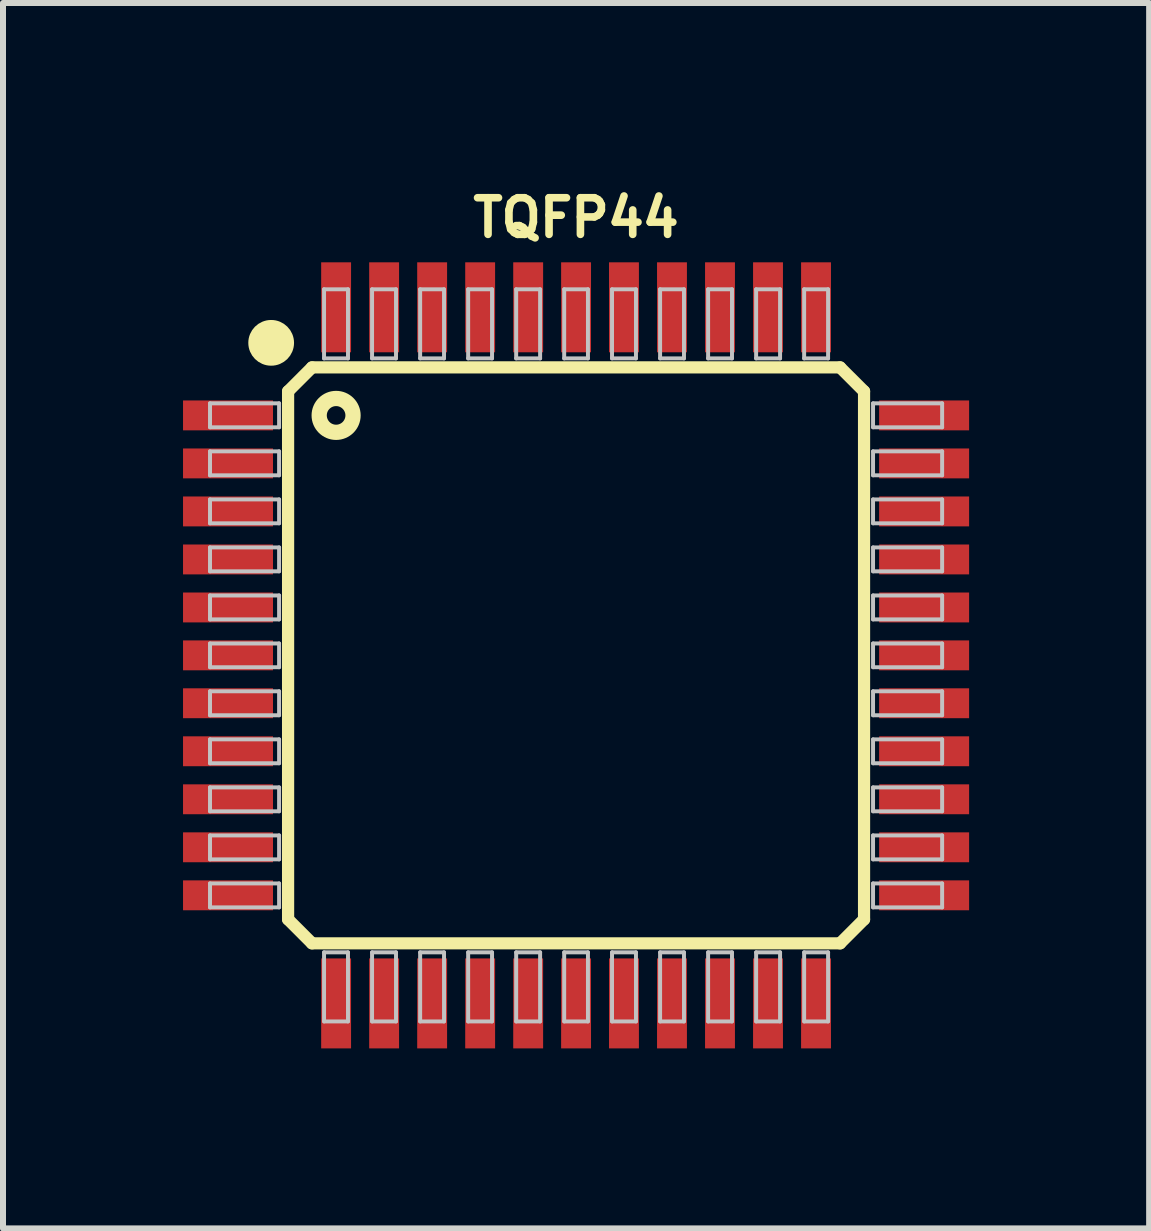
<source format=kicad_pcb>
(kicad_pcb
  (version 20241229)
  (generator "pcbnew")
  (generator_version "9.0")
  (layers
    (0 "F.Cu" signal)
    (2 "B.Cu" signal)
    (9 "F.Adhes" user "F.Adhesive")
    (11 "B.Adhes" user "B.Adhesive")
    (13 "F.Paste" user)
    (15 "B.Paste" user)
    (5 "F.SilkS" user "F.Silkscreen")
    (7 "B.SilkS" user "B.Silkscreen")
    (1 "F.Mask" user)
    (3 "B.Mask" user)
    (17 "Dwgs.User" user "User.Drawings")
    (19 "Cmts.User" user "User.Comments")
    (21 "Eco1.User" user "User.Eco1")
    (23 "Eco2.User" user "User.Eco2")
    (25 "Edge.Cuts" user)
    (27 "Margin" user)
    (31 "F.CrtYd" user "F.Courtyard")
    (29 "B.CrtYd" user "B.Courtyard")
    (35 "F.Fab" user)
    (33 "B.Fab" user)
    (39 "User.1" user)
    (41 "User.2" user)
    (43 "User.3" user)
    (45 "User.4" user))
  (footprint "TQFP44"
    (layer "F.Cu")
    (at 6.548 7.869)
    (property "Reference" "TQFP44" (at 0 -7.29 0) (layer "F.SilkS") (effects (font (size 0.61 0.61) (thickness 0.127))))
    (attr smd)
    (fp_line (start -4.798 -4.399) (end -4.399 -4.798) (stroke (width 0.203) (type solid)) (layer "F.SilkS"))
    (fp_line (start -4.798 4.399) (end -4.798 -4.399) (stroke (width 0.203) (type solid)) (layer "F.SilkS"))
    (fp_line (start -4.399 -4.798) (end 4.399 -4.798) (stroke (width 0.203) (type solid)) (layer "F.SilkS"))
    (fp_line (start -4.399 4.798) (end -4.798 4.399) (stroke (width 0.203) (type solid)) (layer "F.SilkS"))
    (fp_line (start 4.399 -4.798) (end 4.798 -4.399) (stroke (width 0.203) (type solid)) (layer "F.SilkS"))
    (fp_line (start 4.399 4.798) (end -4.399 4.798) (stroke (width 0.203) (type solid)) (layer "F.SilkS"))
    (fp_line (start 4.798 -4.399) (end 4.798 4.399) (stroke (width 0.203) (type solid)) (layer "F.SilkS"))
    (fp_line (start 4.798 4.399) (end 4.399 4.798) (stroke (width 0.203) (type solid)) (layer "F.SilkS"))
    (fp_circle (center -5.08 -5.207) (end -4.953 -5.207) (stroke (width 0.254) (type solid)) (fill no) (layer "F.SilkS"))
    (fp_circle (center -5.08 -5.207) (end -4.826 -5.207) (stroke (width 0.254) (type solid)) (fill no) (layer "F.SilkS"))
    (fp_circle (center -3.998 -3.998) (end -3.998 -4.28) (stroke (width 0.254) (type solid)) (fill no) (layer "F.SilkS"))
    (fp_line (start -6.099 -4.199) (end -4.948 -4.199) (stroke (width 0.066) (type solid)) (layer "Dwgs.User"))
    (fp_line (start -6.099 -3.8) (end -6.099 -4.199) (stroke (width 0.066) (type solid)) (layer "Dwgs.User"))
    (fp_line (start -6.099 -3.8) (end -4.948 -3.8) (stroke (width 0.066) (type solid)) (layer "Dwgs.User"))
    (fp_line (start -6.099 -3.399) (end -4.948 -3.399) (stroke (width 0.066) (type solid)) (layer "Dwgs.User"))
    (fp_line (start -6.099 -3) (end -6.099 -3.399) (stroke (width 0.066) (type solid)) (layer "Dwgs.User"))
    (fp_line (start -6.099 -3) (end -4.948 -3) (stroke (width 0.066) (type solid)) (layer "Dwgs.User"))
    (fp_line (start -6.099 -2.598) (end -4.948 -2.598) (stroke (width 0.066) (type solid)) (layer "Dwgs.User"))
    (fp_line (start -6.099 -2.2) (end -6.099 -2.598) (stroke (width 0.066) (type solid)) (layer "Dwgs.User"))
    (fp_line (start -6.099 -2.2) (end -4.948 -2.2) (stroke (width 0.066) (type solid)) (layer "Dwgs.User"))
    (fp_line (start -6.099 -1.798) (end -4.948 -1.798) (stroke (width 0.066) (type solid)) (layer "Dwgs.User"))
    (fp_line (start -6.099 -1.4) (end -6.099 -1.798) (stroke (width 0.066) (type solid)) (layer "Dwgs.User"))
    (fp_line (start -6.099 -1.4) (end -4.948 -1.4) (stroke (width 0.066) (type solid)) (layer "Dwgs.User"))
    (fp_line (start -6.099 -0.998) (end -4.948 -0.998) (stroke (width 0.066) (type solid)) (layer "Dwgs.User"))
    (fp_line (start -6.099 -0.599) (end -6.099 -0.998) (stroke (width 0.066) (type solid)) (layer "Dwgs.User"))
    (fp_line (start -6.099 -0.599) (end -4.948 -0.599) (stroke (width 0.066) (type solid)) (layer "Dwgs.User"))
    (fp_line (start -6.099 -0.198) (end -4.948 -0.198) (stroke (width 0.066) (type solid)) (layer "Dwgs.User"))
    (fp_line (start -6.099 0.198) (end -6.099 -0.198) (stroke (width 0.066) (type solid)) (layer "Dwgs.User"))
    (fp_line (start -6.099 0.198) (end -4.948 0.198) (stroke (width 0.066) (type solid)) (layer "Dwgs.User"))
    (fp_line (start -6.099 0.599) (end -4.948 0.599) (stroke (width 0.066) (type solid)) (layer "Dwgs.User"))
    (fp_line (start -6.099 0.998) (end -6.099 0.599) (stroke (width 0.066) (type solid)) (layer "Dwgs.User"))
    (fp_line (start -6.099 0.998) (end -4.948 0.998) (stroke (width 0.066) (type solid)) (layer "Dwgs.User"))
    (fp_line (start -6.099 1.4) (end -4.948 1.4) (stroke (width 0.066) (type solid)) (layer "Dwgs.User"))
    (fp_line (start -6.099 1.798) (end -6.099 1.4) (stroke (width 0.066) (type solid)) (layer "Dwgs.User"))
    (fp_line (start -6.099 1.798) (end -4.948 1.798) (stroke (width 0.066) (type solid)) (layer "Dwgs.User"))
    (fp_line (start -6.099 2.2) (end -4.948 2.2) (stroke (width 0.066) (type solid)) (layer "Dwgs.User"))
    (fp_line (start -6.099 2.598) (end -6.099 2.2) (stroke (width 0.066) (type solid)) (layer "Dwgs.User"))
    (fp_line (start -6.099 2.598) (end -4.948 2.598) (stroke (width 0.066) (type solid)) (layer "Dwgs.User"))
    (fp_line (start -6.099 3) (end -4.948 3) (stroke (width 0.066) (type solid)) (layer "Dwgs.User"))
    (fp_line (start -6.099 3.399) (end -6.099 3) (stroke (width 0.066) (type solid)) (layer "Dwgs.User"))
    (fp_line (start -6.099 3.399) (end -4.948 3.399) (stroke (width 0.066) (type solid)) (layer "Dwgs.User"))
    (fp_line (start -6.099 3.8) (end -4.948 3.8) (stroke (width 0.066) (type solid)) (layer "Dwgs.User"))
    (fp_line (start -6.099 4.199) (end -6.099 3.8) (stroke (width 0.066) (type solid)) (layer "Dwgs.User"))
    (fp_line (start -6.099 4.199) (end -4.948 4.199) (stroke (width 0.066) (type solid)) (layer "Dwgs.User"))
    (fp_line (start -4.948 -3.8) (end -4.948 -4.199) (stroke (width 0.066) (type solid)) (layer "Dwgs.User"))
    (fp_line (start -4.948 -3) (end -4.948 -3.399) (stroke (width 0.066) (type solid)) (layer "Dwgs.User"))
    (fp_line (start -4.948 -2.2) (end -4.948 -2.598) (stroke (width 0.066) (type solid)) (layer "Dwgs.User"))
    (fp_line (start -4.948 -1.4) (end -4.948 -1.798) (stroke (width 0.066) (type solid)) (layer "Dwgs.User"))
    (fp_line (start -4.948 -0.599) (end -4.948 -0.998) (stroke (width 0.066) (type solid)) (layer "Dwgs.User"))
    (fp_line (start -4.948 0.198) (end -4.948 -0.198) (stroke (width 0.066) (type solid)) (layer "Dwgs.User"))
    (fp_line (start -4.948 0.998) (end -4.948 0.599) (stroke (width 0.066) (type solid)) (layer "Dwgs.User"))
    (fp_line (start -4.948 1.798) (end -4.948 1.4) (stroke (width 0.066) (type solid)) (layer "Dwgs.User"))
    (fp_line (start -4.948 2.598) (end -4.948 2.2) (stroke (width 0.066) (type solid)) (layer "Dwgs.User"))
    (fp_line (start -4.948 3.399) (end -4.948 3) (stroke (width 0.066) (type solid)) (layer "Dwgs.User"))
    (fp_line (start -4.948 4.199) (end -4.948 3.8) (stroke (width 0.066) (type solid)) (layer "Dwgs.User"))
    (fp_line (start -4.199 -6.099) (end -3.8 -6.099) (stroke (width 0.066) (type solid)) (layer "Dwgs.User"))
    (fp_line (start -4.199 -4.948) (end -4.199 -6.099) (stroke (width 0.066) (type solid)) (layer "Dwgs.User"))
    (fp_line (start -4.199 -4.948) (end -3.8 -4.948) (stroke (width 0.066) (type solid)) (layer "Dwgs.User"))
    (fp_line (start -4.199 4.948) (end -3.8 4.948) (stroke (width 0.066) (type solid)) (layer "Dwgs.User"))
    (fp_line (start -4.199 6.099) (end -4.199 4.948) (stroke (width 0.066) (type solid)) (layer "Dwgs.User"))
    (fp_line (start -4.199 6.099) (end -3.8 6.099) (stroke (width 0.066) (type solid)) (layer "Dwgs.User"))
    (fp_line (start -3.8 -4.948) (end -3.8 -6.099) (stroke (width 0.066) (type solid)) (layer "Dwgs.User"))
    (fp_line (start -3.8 6.099) (end -3.8 4.948) (stroke (width 0.066) (type solid)) (layer "Dwgs.User"))
    (fp_line (start -3.399 -6.099) (end -3 -6.099) (stroke (width 0.066) (type solid)) (layer "Dwgs.User"))
    (fp_line (start -3.399 -4.948) (end -3.399 -6.099) (stroke (width 0.066) (type solid)) (layer "Dwgs.User"))
    (fp_line (start -3.399 -4.948) (end -3 -4.948) (stroke (width 0.066) (type solid)) (layer "Dwgs.User"))
    (fp_line (start -3.399 4.948) (end -3 4.948) (stroke (width 0.066) (type solid)) (layer "Dwgs.User"))
    (fp_line (start -3.399 6.099) (end -3.399 4.948) (stroke (width 0.066) (type solid)) (layer "Dwgs.User"))
    (fp_line (start -3.399 6.099) (end -3 6.099) (stroke (width 0.066) (type solid)) (layer "Dwgs.User"))
    (fp_line (start -3 -4.948) (end -3 -6.099) (stroke (width 0.066) (type solid)) (layer "Dwgs.User"))
    (fp_line (start -3 6.099) (end -3 4.948) (stroke (width 0.066) (type solid)) (layer "Dwgs.User"))
    (fp_line (start -2.598 -6.099) (end -2.2 -6.099) (stroke (width 0.066) (type solid)) (layer "Dwgs.User"))
    (fp_line (start -2.598 -4.948) (end -2.598 -6.099) (stroke (width 0.066) (type solid)) (layer "Dwgs.User"))
    (fp_line (start -2.598 -4.948) (end -2.2 -4.948) (stroke (width 0.066) (type solid)) (layer "Dwgs.User"))
    (fp_line (start -2.598 4.948) (end -2.2 4.948) (stroke (width 0.066) (type solid)) (layer "Dwgs.User"))
    (fp_line (start -2.598 6.099) (end -2.598 4.948) (stroke (width 0.066) (type solid)) (layer "Dwgs.User"))
    (fp_line (start -2.598 6.099) (end -2.2 6.099) (stroke (width 0.066) (type solid)) (layer "Dwgs.User"))
    (fp_line (start -2.2 -4.948) (end -2.2 -6.099) (stroke (width 0.066) (type solid)) (layer "Dwgs.User"))
    (fp_line (start -2.2 6.099) (end -2.2 4.948) (stroke (width 0.066) (type solid)) (layer "Dwgs.User"))
    (fp_line (start -1.798 -6.099) (end -1.4 -6.099) (stroke (width 0.066) (type solid)) (layer "Dwgs.User"))
    (fp_line (start -1.798 -4.948) (end -1.798 -6.099) (stroke (width 0.066) (type solid)) (layer "Dwgs.User"))
    (fp_line (start -1.798 -4.948) (end -1.4 -4.948) (stroke (width 0.066) (type solid)) (layer "Dwgs.User"))
    (fp_line (start -1.798 4.948) (end -1.4 4.948) (stroke (width 0.066) (type solid)) (layer "Dwgs.User"))
    (fp_line (start -1.798 6.099) (end -1.798 4.948) (stroke (width 0.066) (type solid)) (layer "Dwgs.User"))
    (fp_line (start -1.798 6.099) (end -1.4 6.099) (stroke (width 0.066) (type solid)) (layer "Dwgs.User"))
    (fp_line (start -1.4 -4.948) (end -1.4 -6.099) (stroke (width 0.066) (type solid)) (layer "Dwgs.User"))
    (fp_line (start -1.4 6.099) (end -1.4 4.948) (stroke (width 0.066) (type solid)) (layer "Dwgs.User"))
    (fp_line (start -0.998 -6.099) (end -0.599 -6.099) (stroke (width 0.066) (type solid)) (layer "Dwgs.User"))
    (fp_line (start -0.998 -4.948) (end -0.998 -6.099) (stroke (width 0.066) (type solid)) (layer "Dwgs.User"))
    (fp_line (start -0.998 -4.948) (end -0.599 -4.948) (stroke (width 0.066) (type solid)) (layer "Dwgs.User"))
    (fp_line (start -0.998 4.948) (end -0.599 4.948) (stroke (width 0.066) (type solid)) (layer "Dwgs.User"))
    (fp_line (start -0.998 6.099) (end -0.998 4.948) (stroke (width 0.066) (type solid)) (layer "Dwgs.User"))
    (fp_line (start -0.998 6.099) (end -0.599 6.099) (stroke (width 0.066) (type solid)) (layer "Dwgs.User"))
    (fp_line (start -0.599 -4.948) (end -0.599 -6.099) (stroke (width 0.066) (type solid)) (layer "Dwgs.User"))
    (fp_line (start -0.599 6.099) (end -0.599 4.948) (stroke (width 0.066) (type solid)) (layer "Dwgs.User"))
    (fp_line (start -0.198 -6.099) (end 0.198 -6.099) (stroke (width 0.066) (type solid)) (layer "Dwgs.User"))
    (fp_line (start -0.198 -4.948) (end -0.198 -6.099) (stroke (width 0.066) (type solid)) (layer "Dwgs.User"))
    (fp_line (start -0.198 -4.948) (end 0.198 -4.948) (stroke (width 0.066) (type solid)) (layer "Dwgs.User"))
    (fp_line (start -0.198 4.948) (end 0.198 4.948) (stroke (width 0.066) (type solid)) (layer "Dwgs.User"))
    (fp_line (start -0.198 6.099) (end -0.198 4.948) (stroke (width 0.066) (type solid)) (layer "Dwgs.User"))
    (fp_line (start -0.198 6.099) (end 0.198 6.099) (stroke (width 0.066) (type solid)) (layer "Dwgs.User"))
    (fp_line (start 0.198 -4.948) (end 0.198 -6.099) (stroke (width 0.066) (type solid)) (layer "Dwgs.User"))
    (fp_line (start 0.198 6.099) (end 0.198 4.948) (stroke (width 0.066) (type solid)) (layer "Dwgs.User"))
    (fp_line (start 0.599 -6.099) (end 0.998 -6.099) (stroke (width 0.066) (type solid)) (layer "Dwgs.User"))
    (fp_line (start 0.599 -4.948) (end 0.599 -6.099) (stroke (width 0.066) (type solid)) (layer "Dwgs.User"))
    (fp_line (start 0.599 -4.948) (end 0.998 -4.948) (stroke (width 0.066) (type solid)) (layer "Dwgs.User"))
    (fp_line (start 0.599 4.948) (end 0.998 4.948) (stroke (width 0.066) (type solid)) (layer "Dwgs.User"))
    (fp_line (start 0.599 6.099) (end 0.599 4.948) (stroke (width 0.066) (type solid)) (layer "Dwgs.User"))
    (fp_line (start 0.599 6.099) (end 0.998 6.099) (stroke (width 0.066) (type solid)) (layer "Dwgs.User"))
    (fp_line (start 0.998 -4.948) (end 0.998 -6.099) (stroke (width 0.066) (type solid)) (layer "Dwgs.User"))
    (fp_line (start 0.998 6.099) (end 0.998 4.948) (stroke (width 0.066) (type solid)) (layer "Dwgs.User"))
    (fp_line (start 1.4 -6.099) (end 1.798 -6.099) (stroke (width 0.066) (type solid)) (layer "Dwgs.User"))
    (fp_line (start 1.4 -4.948) (end 1.4 -6.099) (stroke (width 0.066) (type solid)) (layer "Dwgs.User"))
    (fp_line (start 1.4 -4.948) (end 1.798 -4.948) (stroke (width 0.066) (type solid)) (layer "Dwgs.User"))
    (fp_line (start 1.4 4.948) (end 1.798 4.948) (stroke (width 0.066) (type solid)) (layer "Dwgs.User"))
    (fp_line (start 1.4 6.099) (end 1.4 4.948) (stroke (width 0.066) (type solid)) (layer "Dwgs.User"))
    (fp_line (start 1.4 6.099) (end 1.798 6.099) (stroke (width 0.066) (type solid)) (layer "Dwgs.User"))
    (fp_line (start 1.798 -4.948) (end 1.798 -6.099) (stroke (width 0.066) (type solid)) (layer "Dwgs.User"))
    (fp_line (start 1.798 6.099) (end 1.798 4.948) (stroke (width 0.066) (type solid)) (layer "Dwgs.User"))
    (fp_line (start 2.2 -6.099) (end 2.598 -6.099) (stroke (width 0.066) (type solid)) (layer "Dwgs.User"))
    (fp_line (start 2.2 -4.948) (end 2.2 -6.099) (stroke (width 0.066) (type solid)) (layer "Dwgs.User"))
    (fp_line (start 2.2 -4.948) (end 2.598 -4.948) (stroke (width 0.066) (type solid)) (layer "Dwgs.User"))
    (fp_line (start 2.2 4.948) (end 2.598 4.948) (stroke (width 0.066) (type solid)) (layer "Dwgs.User"))
    (fp_line (start 2.2 6.099) (end 2.2 4.948) (stroke (width 0.066) (type solid)) (layer "Dwgs.User"))
    (fp_line (start 2.2 6.099) (end 2.598 6.099) (stroke (width 0.066) (type solid)) (layer "Dwgs.User"))
    (fp_line (start 2.598 -4.948) (end 2.598 -6.099) (stroke (width 0.066) (type solid)) (layer "Dwgs.User"))
    (fp_line (start 2.598 6.099) (end 2.598 4.948) (stroke (width 0.066) (type solid)) (layer "Dwgs.User"))
    (fp_line (start 3 -6.099) (end 3.399 -6.099) (stroke (width 0.066) (type solid)) (layer "Dwgs.User"))
    (fp_line (start 3 -4.948) (end 3 -6.099) (stroke (width 0.066) (type solid)) (layer "Dwgs.User"))
    (fp_line (start 3 -4.948) (end 3.399 -4.948) (stroke (width 0.066) (type solid)) (layer "Dwgs.User"))
    (fp_line (start 3 4.948) (end 3.399 4.948) (stroke (width 0.066) (type solid)) (layer "Dwgs.User"))
    (fp_line (start 3 6.099) (end 3 4.948) (stroke (width 0.066) (type solid)) (layer "Dwgs.User"))
    (fp_line (start 3 6.099) (end 3.399 6.099) (stroke (width 0.066) (type solid)) (layer "Dwgs.User"))
    (fp_line (start 3.399 -4.948) (end 3.399 -6.099) (stroke (width 0.066) (type solid)) (layer "Dwgs.User"))
    (fp_line (start 3.399 6.099) (end 3.399 4.948) (stroke (width 0.066) (type solid)) (layer "Dwgs.User"))
    (fp_line (start 3.8 -6.099) (end 4.199 -6.099) (stroke (width 0.066) (type solid)) (layer "Dwgs.User"))
    (fp_line (start 3.8 -4.948) (end 3.8 -6.099) (stroke (width 0.066) (type solid)) (layer "Dwgs.User"))
    (fp_line (start 3.8 -4.948) (end 4.199 -4.948) (stroke (width 0.066) (type solid)) (layer "Dwgs.User"))
    (fp_line (start 3.8 4.948) (end 4.199 4.948) (stroke (width 0.066) (type solid)) (layer "Dwgs.User"))
    (fp_line (start 3.8 6.099) (end 3.8 4.948) (stroke (width 0.066) (type solid)) (layer "Dwgs.User"))
    (fp_line (start 3.8 6.099) (end 4.199 6.099) (stroke (width 0.066) (type solid)) (layer "Dwgs.User"))
    (fp_line (start 4.199 -4.948) (end 4.199 -6.099) (stroke (width 0.066) (type solid)) (layer "Dwgs.User"))
    (fp_line (start 4.199 6.099) (end 4.199 4.948) (stroke (width 0.066) (type solid)) (layer "Dwgs.User"))
    (fp_line (start 4.948 -4.199) (end 6.099 -4.199) (stroke (width 0.066) (type solid)) (layer "Dwgs.User"))
    (fp_line (start 4.948 -3.8) (end 4.948 -4.199) (stroke (width 0.066) (type solid)) (layer "Dwgs.User"))
    (fp_line (start 4.948 -3.8) (end 6.099 -3.8) (stroke (width 0.066) (type solid)) (layer "Dwgs.User"))
    (fp_line (start 4.948 -3.399) (end 6.099 -3.399) (stroke (width 0.066) (type solid)) (layer "Dwgs.User"))
    (fp_line (start 4.948 -3) (end 4.948 -3.399) (stroke (width 0.066) (type solid)) (layer "Dwgs.User"))
    (fp_line (start 4.948 -3) (end 6.099 -3) (stroke (width 0.066) (type solid)) (layer "Dwgs.User"))
    (fp_line (start 4.948 -2.598) (end 6.099 -2.598) (stroke (width 0.066) (type solid)) (layer "Dwgs.User"))
    (fp_line (start 4.948 -2.2) (end 4.948 -2.598) (stroke (width 0.066) (type solid)) (layer "Dwgs.User"))
    (fp_line (start 4.948 -2.2) (end 6.099 -2.2) (stroke (width 0.066) (type solid)) (layer "Dwgs.User"))
    (fp_line (start 4.948 -1.798) (end 6.099 -1.798) (stroke (width 0.066) (type solid)) (layer "Dwgs.User"))
    (fp_line (start 4.948 -1.4) (end 4.948 -1.798) (stroke (width 0.066) (type solid)) (layer "Dwgs.User"))
    (fp_line (start 4.948 -1.4) (end 6.099 -1.4) (stroke (width 0.066) (type solid)) (layer "Dwgs.User"))
    (fp_line (start 4.948 -0.998) (end 6.099 -0.998) (stroke (width 0.066) (type solid)) (layer "Dwgs.User"))
    (fp_line (start 4.948 -0.599) (end 4.948 -0.998) (stroke (width 0.066) (type solid)) (layer "Dwgs.User"))
    (fp_line (start 4.948 -0.599) (end 6.099 -0.599) (stroke (width 0.066) (type solid)) (layer "Dwgs.User"))
    (fp_line (start 4.948 -0.198) (end 6.099 -0.198) (stroke (width 0.066) (type solid)) (layer "Dwgs.User"))
    (fp_line (start 4.948 0.198) (end 4.948 -0.198) (stroke (width 0.066) (type solid)) (layer "Dwgs.User"))
    (fp_line (start 4.948 0.198) (end 6.099 0.198) (stroke (width 0.066) (type solid)) (layer "Dwgs.User"))
    (fp_line (start 4.948 0.599) (end 6.099 0.599) (stroke (width 0.066) (type solid)) (layer "Dwgs.User"))
    (fp_line (start 4.948 0.998) (end 4.948 0.599) (stroke (width 0.066) (type solid)) (layer "Dwgs.User"))
    (fp_line (start 4.948 0.998) (end 6.099 0.998) (stroke (width 0.066) (type solid)) (layer "Dwgs.User"))
    (fp_line (start 4.948 1.4) (end 6.099 1.4) (stroke (width 0.066) (type solid)) (layer "Dwgs.User"))
    (fp_line (start 4.948 1.798) (end 4.948 1.4) (stroke (width 0.066) (type solid)) (layer "Dwgs.User"))
    (fp_line (start 4.948 1.798) (end 6.099 1.798) (stroke (width 0.066) (type solid)) (layer "Dwgs.User"))
    (fp_line (start 4.948 2.2) (end 6.099 2.2) (stroke (width 0.066) (type solid)) (layer "Dwgs.User"))
    (fp_line (start 4.948 2.598) (end 4.948 2.2) (stroke (width 0.066) (type solid)) (layer "Dwgs.User"))
    (fp_line (start 4.948 2.598) (end 6.099 2.598) (stroke (width 0.066) (type solid)) (layer "Dwgs.User"))
    (fp_line (start 4.948 3) (end 6.099 3) (stroke (width 0.066) (type solid)) (layer "Dwgs.User"))
    (fp_line (start 4.948 3.399) (end 4.948 3) (stroke (width 0.066) (type solid)) (layer "Dwgs.User"))
    (fp_line (start 4.948 3.399) (end 6.099 3.399) (stroke (width 0.066) (type solid)) (layer "Dwgs.User"))
    (fp_line (start 4.948 3.8) (end 6.099 3.8) (stroke (width 0.066) (type solid)) (layer "Dwgs.User"))
    (fp_line (start 4.948 4.199) (end 4.948 3.8) (stroke (width 0.066) (type solid)) (layer "Dwgs.User"))
    (fp_line (start 4.948 4.199) (end 6.099 4.199) (stroke (width 0.066) (type solid)) (layer "Dwgs.User"))
    (fp_line (start 6.099 -3.8) (end 6.099 -4.199) (stroke (width 0.066) (type solid)) (layer "Dwgs.User"))
    (fp_line (start 6.099 -3) (end 6.099 -3.399) (stroke (width 0.066) (type solid)) (layer "Dwgs.User"))
    (fp_line (start 6.099 -2.2) (end 6.099 -2.598) (stroke (width 0.066) (type solid)) (layer "Dwgs.User"))
    (fp_line (start 6.099 -1.4) (end 6.099 -1.798) (stroke (width 0.066) (type solid)) (layer "Dwgs.User"))
    (fp_line (start 6.099 -0.599) (end 6.099 -0.998) (stroke (width 0.066) (type solid)) (layer "Dwgs.User"))
    (fp_line (start 6.099 0.198) (end 6.099 -0.198) (stroke (width 0.066) (type solid)) (layer "Dwgs.User"))
    (fp_line (start 6.099 0.998) (end 6.099 0.599) (stroke (width 0.066) (type solid)) (layer "Dwgs.User"))
    (fp_line (start 6.099 1.798) (end 6.099 1.4) (stroke (width 0.066) (type solid)) (layer "Dwgs.User"))
    (fp_line (start 6.099 2.598) (end 6.099 2.2) (stroke (width 0.066) (type solid)) (layer "Dwgs.User"))
    (fp_line (start 6.099 3.399) (end 6.099 3) (stroke (width 0.066) (type solid)) (layer "Dwgs.User"))
    (fp_line (start 6.099 4.199) (end 6.099 3.8) (stroke (width 0.066) (type solid)) (layer "Dwgs.User"))
    (pad "1" smd rect (at -5.799 -3.998) (size 1.499 0.498) (layers "F.Cu" "F.Mask" "F.Paste"))
    (pad "2" smd rect (at -5.799 -3.198) (size 1.499 0.498) (layers "F.Cu" "F.Mask" "F.Paste"))
    (pad "3" smd rect (at -5.799 -2.398) (size 1.499 0.498) (layers "F.Cu" "F.Mask" "F.Paste"))
    (pad "4" smd rect (at -5.799 -1.598) (size 1.499 0.498) (layers "F.Cu" "F.Mask" "F.Paste"))
    (pad "5" smd rect (at -5.799 -0.798) (size 1.499 0.498) (layers "F.Cu" "F.Mask" "F.Paste"))
    (pad "6" smd rect (at -5.799 0) (size 1.499 0.498) (layers "F.Cu" "F.Mask" "F.Paste"))
    (pad "7" smd rect (at -5.799 0.798) (size 1.499 0.498) (layers "F.Cu" "F.Mask" "F.Paste"))
    (pad "8" smd rect (at -5.799 1.598) (size 1.499 0.498) (layers "F.Cu" "F.Mask" "F.Paste"))
    (pad "9" smd rect (at -5.799 2.398) (size 1.499 0.498) (layers "F.Cu" "F.Mask" "F.Paste"))
    (pad "10" smd rect (at -5.799 3.198) (size 1.499 0.498) (layers "F.Cu" "F.Mask" "F.Paste"))
    (pad "11" smd rect (at -5.799 3.998) (size 1.499 0.498) (layers "F.Cu" "F.Mask" "F.Paste"))
    (pad "12" smd rect (at -3.998 5.799) (size 0.498 1.499) (layers "F.Cu" "F.Mask" "F.Paste"))
    (pad "13" smd rect (at -3.198 5.799) (size 0.498 1.499) (layers "F.Cu" "F.Mask" "F.Paste"))
    (pad "14" smd rect (at -2.398 5.799) (size 0.498 1.499) (layers "F.Cu" "F.Mask" "F.Paste"))
    (pad "15" smd rect (at -1.598 5.799) (size 0.498 1.499) (layers "F.Cu" "F.Mask" "F.Paste"))
    (pad "16" smd rect (at -0.798 5.799) (size 0.498 1.499) (layers "F.Cu" "F.Mask" "F.Paste"))
    (pad "17" smd rect (at 0 5.799) (size 0.498 1.499) (layers "F.Cu" "F.Mask" "F.Paste"))
    (pad "18" smd rect (at 0.798 5.799) (size 0.498 1.499) (layers "F.Cu" "F.Mask" "F.Paste"))
    (pad "19" smd rect (at 1.598 5.799) (size 0.498 1.499) (layers "F.Cu" "F.Mask" "F.Paste"))
    (pad "20" smd rect (at 2.398 5.799) (size 0.498 1.499) (layers "F.Cu" "F.Mask" "F.Paste"))
    (pad "21" smd rect (at 3.198 5.799) (size 0.498 1.499) (layers "F.Cu" "F.Mask" "F.Paste"))
    (pad "22" smd rect (at 3.998 5.799) (size 0.498 1.499) (layers "F.Cu" "F.Mask" "F.Paste"))
    (pad "23" smd rect (at 5.799 3.998) (size 1.499 0.498) (layers "F.Cu" "F.Mask" "F.Paste"))
    (pad "24" smd rect (at 5.799 3.198) (size 1.499 0.498) (layers "F.Cu" "F.Mask" "F.Paste"))
    (pad "25" smd rect (at 5.799 2.398) (size 1.499 0.498) (layers "F.Cu" "F.Mask" "F.Paste"))
    (pad "26" smd rect (at 5.799 1.598) (size 1.499 0.498) (layers "F.Cu" "F.Mask" "F.Paste"))
    (pad "27" smd rect (at 5.799 0.798) (size 1.499 0.498) (layers "F.Cu" "F.Mask" "F.Paste"))
    (pad "28" smd rect (at 5.799 0) (size 1.499 0.498) (layers "F.Cu" "F.Mask" "F.Paste"))
    (pad "29" smd rect (at 5.799 -0.798) (size 1.499 0.498) (layers "F.Cu" "F.Mask" "F.Paste"))
    (pad "30" smd rect (at 5.799 -1.598) (size 1.499 0.498) (layers "F.Cu" "F.Mask" "F.Paste"))
    (pad "31" smd rect (at 5.799 -2.398) (size 1.499 0.498) (layers "F.Cu" "F.Mask" "F.Paste"))
    (pad "32" smd rect (at 5.799 -3.198) (size 1.499 0.498) (layers "F.Cu" "F.Mask" "F.Paste"))
    (pad "33" smd rect (at 5.799 -3.998) (size 1.499 0.498) (layers "F.Cu" "F.Mask" "F.Paste"))
    (pad "34" smd rect (at 3.998 -5.799) (size 0.498 1.499) (layers "F.Cu" "F.Mask" "F.Paste"))
    (pad "35" smd rect (at 3.198 -5.799) (size 0.498 1.499) (layers "F.Cu" "F.Mask" "F.Paste"))
    (pad "36" smd rect (at 2.398 -5.799) (size 0.498 1.499) (layers "F.Cu" "F.Mask" "F.Paste"))
    (pad "37" smd rect (at 1.598 -5.799) (size 0.498 1.499) (layers "F.Cu" "F.Mask" "F.Paste"))
    (pad "38" smd rect (at 0.798 -5.799) (size 0.498 1.499) (layers "F.Cu" "F.Mask" "F.Paste"))
    (pad "39" smd rect (at 0 -5.799) (size 0.498 1.499) (layers "F.Cu" "F.Mask" "F.Paste"))
    (pad "40" smd rect (at -0.798 -5.799) (size 0.498 1.499) (layers "F.Cu" "F.Mask" "F.Paste"))
    (pad "41" smd rect (at -1.598 -5.799) (size 0.498 1.499) (layers "F.Cu" "F.Mask" "F.Paste"))
    (pad "42" smd rect (at -2.398 -5.799) (size 0.498 1.499) (layers "F.Cu" "F.Mask" "F.Paste"))
    (pad "43" smd rect (at -3.198 -5.799) (size 0.498 1.499) (layers "F.Cu" "F.Mask" "F.Paste"))
    (pad "44" smd rect (at -3.998 -5.799) (size 0.498 1.499) (layers "F.Cu" "F.Mask" "F.Paste")))
  (gr_rect
    (start -3 -3)
    (end 16.096 17.417)
    (stroke (width 0.1) (type default))
    (fill no)
    (layer "Edge.Cuts")))
</source>
